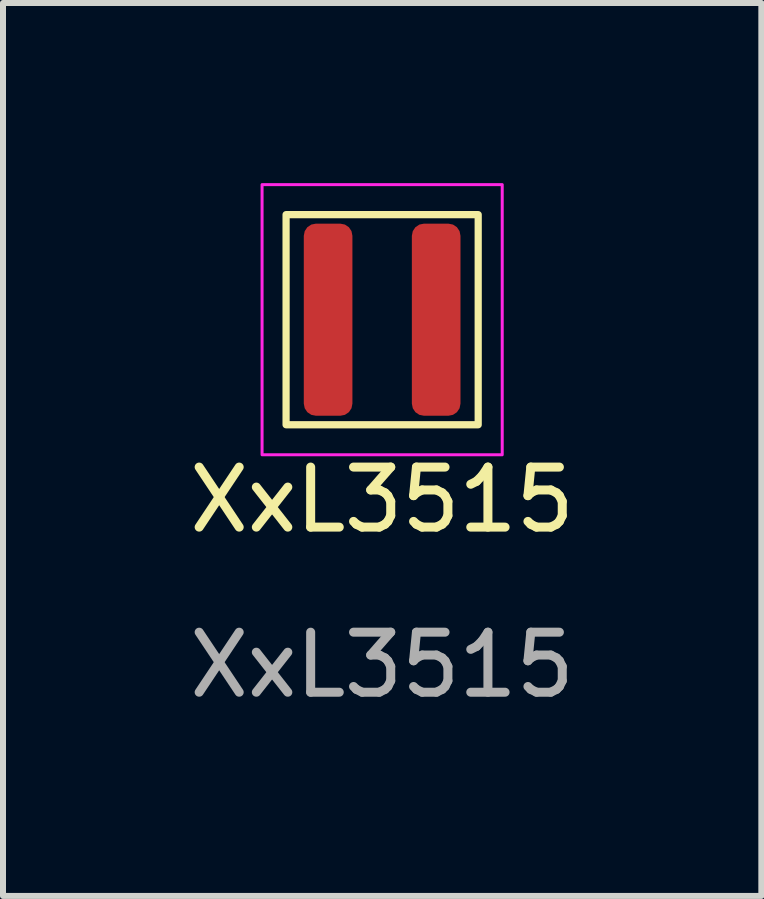
<source format=kicad_pcb>
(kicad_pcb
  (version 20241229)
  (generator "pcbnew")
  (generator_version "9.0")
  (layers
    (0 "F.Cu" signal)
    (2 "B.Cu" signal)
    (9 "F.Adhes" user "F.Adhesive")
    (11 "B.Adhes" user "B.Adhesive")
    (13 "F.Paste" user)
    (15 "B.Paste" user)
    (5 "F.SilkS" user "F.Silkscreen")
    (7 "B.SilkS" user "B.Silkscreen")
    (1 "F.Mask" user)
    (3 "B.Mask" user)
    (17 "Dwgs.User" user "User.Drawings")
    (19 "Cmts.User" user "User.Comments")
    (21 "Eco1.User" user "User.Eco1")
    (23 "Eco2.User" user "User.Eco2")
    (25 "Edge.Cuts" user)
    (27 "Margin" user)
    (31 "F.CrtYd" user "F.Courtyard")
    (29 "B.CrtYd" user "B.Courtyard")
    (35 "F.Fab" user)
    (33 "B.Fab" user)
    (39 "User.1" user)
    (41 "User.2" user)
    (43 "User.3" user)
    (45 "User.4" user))
  (footprint "XxL3515"
    (layer "F.Cu")
    (at 3.315 2.275)
    (property "Reference" "XxL3515" (at 0 3 0) (unlocked yes) (layer "F.SilkS") (effects (font (size 1 1) (thickness 0.15))))
    (attr smd)
    (fp_rect (start -1.6 -1.75) (end 1.6 1.75) (stroke (width 0.12) (type default)) (fill no) (layer "F.SilkS"))
    (fp_rect (start -2 -2.25) (end 2 2.25) (stroke (width 0.05) (type default)) (fill no) (layer "F.CrtYd"))
    (fp_text user "${REFERENCE}" (at 0 5.75 0) (unlocked yes) (layer "F.Fab") (effects (font (size 1 1) (thickness 0.15))))
    (pad "1" smd roundrect (at -0.9 0) (size 0.81 3.2) (layers "F.Cu" "F.Mask" "F.Paste") (roundrect_rratio 0.25))
    (pad "2" smd roundrect (at 0.9 0) (size 0.81 3.2) (layers "F.Cu" "F.Mask" "F.Paste") (roundrect_rratio 0.25)))
  (gr_rect
    (start -3 -3)
    (end 9.631 11.873)
    (stroke (width 0.1) (type default))
    (fill no)
    (layer "Edge.Cuts")))
</source>
